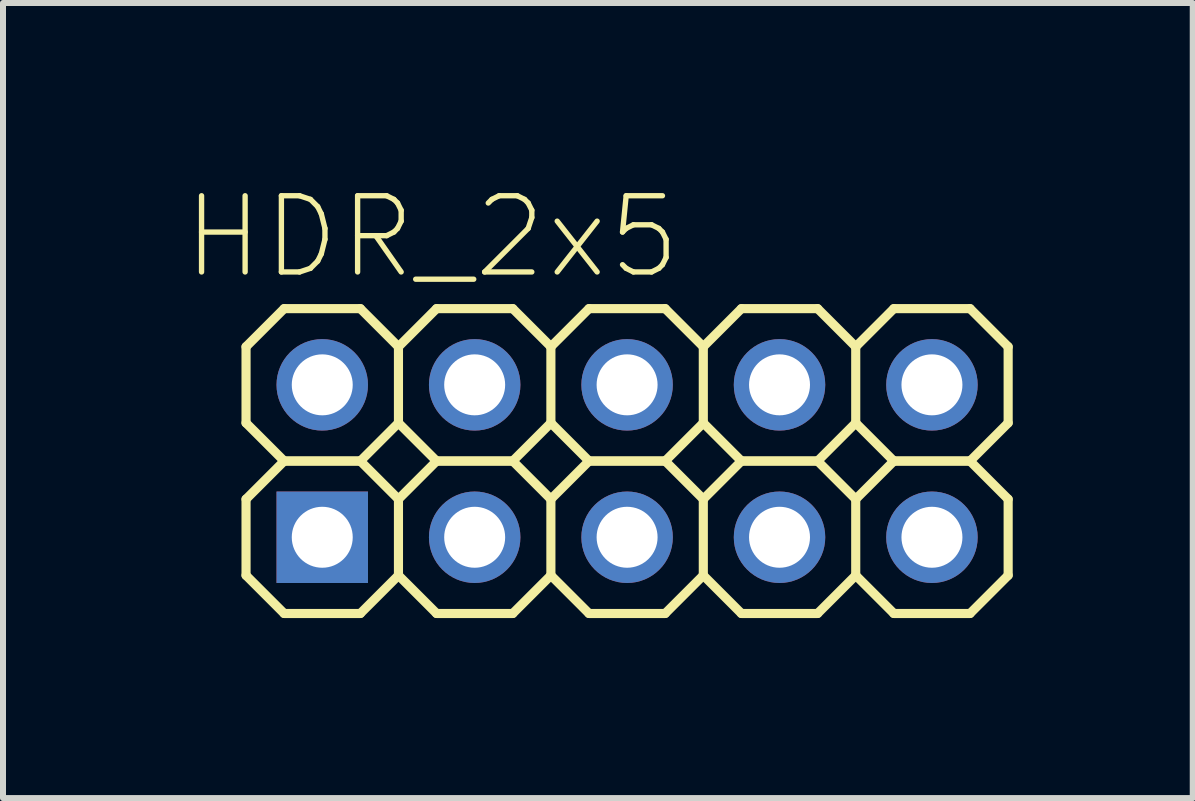
<source format=kicad_pcb>
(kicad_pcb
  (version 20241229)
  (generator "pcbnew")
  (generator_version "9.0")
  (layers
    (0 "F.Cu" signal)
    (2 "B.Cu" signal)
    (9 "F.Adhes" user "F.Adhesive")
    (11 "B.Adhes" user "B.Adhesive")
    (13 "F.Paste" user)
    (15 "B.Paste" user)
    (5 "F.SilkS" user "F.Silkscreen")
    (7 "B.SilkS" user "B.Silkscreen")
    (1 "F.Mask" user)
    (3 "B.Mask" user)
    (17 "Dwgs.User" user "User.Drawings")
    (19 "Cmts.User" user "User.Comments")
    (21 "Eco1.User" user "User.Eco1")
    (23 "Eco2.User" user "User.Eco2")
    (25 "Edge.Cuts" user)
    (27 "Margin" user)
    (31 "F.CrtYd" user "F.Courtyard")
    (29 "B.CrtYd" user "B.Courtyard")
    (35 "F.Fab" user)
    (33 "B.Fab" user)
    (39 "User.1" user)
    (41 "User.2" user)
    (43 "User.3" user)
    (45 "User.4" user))
  (footprint "HDR_2x5"
    (layer "F.Cu")
    (at 7.4 4.633)
    (property "Reference" "HDR_2x5" (at -3.251 -3.734 0) (layer "F.SilkS") (effects (font (size 1.27 1.27) (thickness 0.089))))
    (attr exclude_from_pos_files exclude_from_bom)
    (fp_line (start -6.35 -1.905) (end -6.35 -0.635) (stroke (width 0.152) (type solid)) (layer "F.SilkS"))
    (fp_line (start -6.35 -0.635) (end -5.715 0) (stroke (width 0.152) (type solid)) (layer "F.SilkS"))
    (fp_line (start -6.35 0.635) (end -6.35 1.905) (stroke (width 0.152) (type solid)) (layer "F.SilkS"))
    (fp_line (start -6.35 1.905) (end -5.715 2.54) (stroke (width 0.152) (type solid)) (layer "F.SilkS"))
    (fp_line (start -5.715 -2.54) (end -6.35 -1.905) (stroke (width 0.152) (type solid)) (layer "F.SilkS"))
    (fp_line (start -5.715 -2.54) (end -4.445 -2.54) (stroke (width 0.152) (type solid)) (layer "F.SilkS"))
    (fp_line (start -5.715 0) (end -6.35 0.635) (stroke (width 0.152) (type solid)) (layer "F.SilkS"))
    (fp_line (start -5.715 0) (end -4.445 0) (stroke (width 0.152) (type solid)) (layer "F.SilkS"))
    (fp_line (start -4.445 -2.54) (end -3.81 -1.905) (stroke (width 0.152) (type solid)) (layer "F.SilkS"))
    (fp_line (start -4.445 0) (end -5.715 0) (stroke (width 0.152) (type solid)) (layer "F.SilkS"))
    (fp_line (start -4.445 0) (end -3.81 0.635) (stroke (width 0.152) (type solid)) (layer "F.SilkS"))
    (fp_line (start -4.445 2.54) (end -5.715 2.54) (stroke (width 0.152) (type solid)) (layer "F.SilkS"))
    (fp_line (start -3.81 -1.905) (end -3.81 -0.635) (stroke (width 0.152) (type solid)) (layer "F.SilkS"))
    (fp_line (start -3.81 -1.905) (end -3.175 -2.54) (stroke (width 0.152) (type solid)) (layer "F.SilkS"))
    (fp_line (start -3.81 -0.635) (end -4.445 0) (stroke (width 0.152) (type solid)) (layer "F.SilkS"))
    (fp_line (start -3.81 0.635) (end -3.81 1.905) (stroke (width 0.152) (type solid)) (layer "F.SilkS"))
    (fp_line (start -3.81 0.635) (end -3.175 0) (stroke (width 0.152) (type solid)) (layer "F.SilkS"))
    (fp_line (start -3.81 1.905) (end -4.445 2.54) (stroke (width 0.152) (type solid)) (layer "F.SilkS"))
    (fp_line (start -3.175 -2.54) (end -1.905 -2.54) (stroke (width 0.152) (type solid)) (layer "F.SilkS"))
    (fp_line (start -3.175 0) (end -3.81 -0.635) (stroke (width 0.152) (type solid)) (layer "F.SilkS"))
    (fp_line (start -3.175 0) (end -1.905 0) (stroke (width 0.152) (type solid)) (layer "F.SilkS"))
    (fp_line (start -3.175 2.54) (end -3.81 1.905) (stroke (width 0.152) (type solid)) (layer "F.SilkS"))
    (fp_line (start -1.905 -2.54) (end -1.27 -1.905) (stroke (width 0.152) (type solid)) (layer "F.SilkS"))
    (fp_line (start -1.905 0) (end -3.175 0) (stroke (width 0.152) (type solid)) (layer "F.SilkS"))
    (fp_line (start -1.905 0) (end -1.27 0.635) (stroke (width 0.152) (type solid)) (layer "F.SilkS"))
    (fp_line (start -1.905 2.54) (end -3.175 2.54) (stroke (width 0.152) (type solid)) (layer "F.SilkS"))
    (fp_line (start -1.27 -1.905) (end -1.27 -0.635) (stroke (width 0.152) (type solid)) (layer "F.SilkS"))
    (fp_line (start -1.27 -1.905) (end -0.635 -2.54) (stroke (width 0.152) (type solid)) (layer "F.SilkS"))
    (fp_line (start -1.27 -0.635) (end -1.905 0) (stroke (width 0.152) (type solid)) (layer "F.SilkS"))
    (fp_line (start -1.27 0.635) (end -1.27 1.905) (stroke (width 0.152) (type solid)) (layer "F.SilkS"))
    (fp_line (start -1.27 0.635) (end -0.635 0) (stroke (width 0.152) (type solid)) (layer "F.SilkS"))
    (fp_line (start -1.27 1.905) (end -1.905 2.54) (stroke (width 0.152) (type solid)) (layer "F.SilkS"))
    (fp_line (start -0.635 -2.54) (end 0.635 -2.54) (stroke (width 0.152) (type solid)) (layer "F.SilkS"))
    (fp_line (start -0.635 0) (end -1.27 -0.635) (stroke (width 0.152) (type solid)) (layer "F.SilkS"))
    (fp_line (start -0.635 0) (end 0.635 0) (stroke (width 0.152) (type solid)) (layer "F.SilkS"))
    (fp_line (start -0.635 2.54) (end -1.27 1.905) (stroke (width 0.152) (type solid)) (layer "F.SilkS"))
    (fp_line (start 0.635 -2.54) (end 1.27 -1.905) (stroke (width 0.152) (type solid)) (layer "F.SilkS"))
    (fp_line (start 0.635 0) (end -0.635 0) (stroke (width 0.152) (type solid)) (layer "F.SilkS"))
    (fp_line (start 0.635 0) (end 1.27 0.635) (stroke (width 0.152) (type solid)) (layer "F.SilkS"))
    (fp_line (start 0.635 2.54) (end -0.635 2.54) (stroke (width 0.152) (type solid)) (layer "F.SilkS"))
    (fp_line (start 1.27 -1.905) (end 1.27 -0.635) (stroke (width 0.152) (type solid)) (layer "F.SilkS"))
    (fp_line (start 1.27 -0.635) (end 0.635 0) (stroke (width 0.152) (type solid)) (layer "F.SilkS"))
    (fp_line (start 1.27 -0.635) (end 1.905 0) (stroke (width 0.152) (type solid)) (layer "F.SilkS"))
    (fp_line (start 1.27 0.635) (end 1.27 1.905) (stroke (width 0.152) (type solid)) (layer "F.SilkS"))
    (fp_line (start 1.27 1.905) (end 0.635 2.54) (stroke (width 0.152) (type solid)) (layer "F.SilkS"))
    (fp_line (start 1.27 1.905) (end 1.905 2.54) (stroke (width 0.152) (type solid)) (layer "F.SilkS"))
    (fp_line (start 1.905 -2.54) (end 1.27 -1.905) (stroke (width 0.152) (type solid)) (layer "F.SilkS"))
    (fp_line (start 1.905 -2.54) (end 3.175 -2.54) (stroke (width 0.152) (type solid)) (layer "F.SilkS"))
    (fp_line (start 1.905 0) (end 1.27 0.635) (stroke (width 0.152) (type solid)) (layer "F.SilkS"))
    (fp_line (start 1.905 0) (end 3.175 0) (stroke (width 0.152) (type solid)) (layer "F.SilkS"))
    (fp_line (start 3.175 -2.54) (end 3.81 -1.905) (stroke (width 0.152) (type solid)) (layer "F.SilkS"))
    (fp_line (start 3.175 0) (end 1.905 0) (stroke (width 0.152) (type solid)) (layer "F.SilkS"))
    (fp_line (start 3.175 0) (end 3.81 0.635) (stroke (width 0.152) (type solid)) (layer "F.SilkS"))
    (fp_line (start 3.175 2.54) (end 1.905 2.54) (stroke (width 0.152) (type solid)) (layer "F.SilkS"))
    (fp_line (start 3.81 -1.905) (end 3.81 -0.635) (stroke (width 0.152) (type solid)) (layer "F.SilkS"))
    (fp_line (start 3.81 -1.905) (end 4.445 -2.54) (stroke (width 0.152) (type solid)) (layer "F.SilkS"))
    (fp_line (start 3.81 -0.635) (end 3.175 0) (stroke (width 0.152) (type solid)) (layer "F.SilkS"))
    (fp_line (start 3.81 0.635) (end 3.81 1.905) (stroke (width 0.152) (type solid)) (layer "F.SilkS"))
    (fp_line (start 3.81 0.635) (end 4.445 0) (stroke (width 0.152) (type solid)) (layer "F.SilkS"))
    (fp_line (start 3.81 1.905) (end 3.175 2.54) (stroke (width 0.152) (type solid)) (layer "F.SilkS"))
    (fp_line (start 4.445 -2.54) (end 5.715 -2.54) (stroke (width 0.152) (type solid)) (layer "F.SilkS"))
    (fp_line (start 4.445 0) (end 3.81 -0.635) (stroke (width 0.152) (type solid)) (layer "F.SilkS"))
    (fp_line (start 4.445 0) (end 5.715 0) (stroke (width 0.152) (type solid)) (layer "F.SilkS"))
    (fp_line (start 4.445 2.54) (end 3.81 1.905) (stroke (width 0.152) (type solid)) (layer "F.SilkS"))
    (fp_line (start 5.715 -2.54) (end 6.35 -1.905) (stroke (width 0.152) (type solid)) (layer "F.SilkS"))
    (fp_line (start 5.715 0) (end 4.445 0) (stroke (width 0.152) (type solid)) (layer "F.SilkS"))
    (fp_line (start 5.715 0) (end 6.35 0.635) (stroke (width 0.152) (type solid)) (layer "F.SilkS"))
    (fp_line (start 5.715 2.54) (end 4.445 2.54) (stroke (width 0.152) (type solid)) (layer "F.SilkS"))
    (fp_line (start 6.35 -1.905) (end 6.35 -0.635) (stroke (width 0.152) (type solid)) (layer "F.SilkS"))
    (fp_line (start 6.35 -0.635) (end 5.715 0) (stroke (width 0.152) (type solid)) (layer "F.SilkS"))
    (fp_line (start 6.35 0.635) (end 6.35 1.905) (stroke (width 0.152) (type solid)) (layer "F.SilkS"))
    (fp_line (start 6.35 1.905) (end 5.715 2.54) (stroke (width 0.152) (type solid)) (layer "F.SilkS"))
    (fp_line (start -5.334 -1.524) (end -4.826 -1.524) (stroke (width 0.066) (type solid)) (layer "F.Fab"))
    (fp_line (start -5.334 -1.016) (end -5.334 -1.524) (stroke (width 0.066) (type solid)) (layer "F.Fab"))
    (fp_line (start -5.334 -1.016) (end -4.826 -1.016) (stroke (width 0.066) (type solid)) (layer "F.Fab"))
    (fp_line (start -5.334 1.016) (end -4.826 1.016) (stroke (width 0.066) (type solid)) (layer "F.Fab"))
    (fp_line (start -5.334 1.524) (end -5.334 1.016) (stroke (width 0.066) (type solid)) (layer "F.Fab"))
    (fp_line (start -5.334 1.524) (end -4.826 1.524) (stroke (width 0.066) (type solid)) (layer "F.Fab"))
    (fp_line (start -4.826 -1.016) (end -4.826 -1.524) (stroke (width 0.066) (type solid)) (layer "F.Fab"))
    (fp_line (start -4.826 1.524) (end -4.826 1.016) (stroke (width 0.066) (type solid)) (layer "F.Fab"))
    (fp_line (start -2.794 -1.524) (end -2.286 -1.524) (stroke (width 0.066) (type solid)) (layer "F.Fab"))
    (fp_line (start -2.794 -1.016) (end -2.794 -1.524) (stroke (width 0.066) (type solid)) (layer "F.Fab"))
    (fp_line (start -2.794 -1.016) (end -2.286 -1.016) (stroke (width 0.066) (type solid)) (layer "F.Fab"))
    (fp_line (start -2.794 1.016) (end -2.286 1.016) (stroke (width 0.066) (type solid)) (layer "F.Fab"))
    (fp_line (start -2.794 1.524) (end -2.794 1.016) (stroke (width 0.066) (type solid)) (layer "F.Fab"))
    (fp_line (start -2.794 1.524) (end -2.286 1.524) (stroke (width 0.066) (type solid)) (layer "F.Fab"))
    (fp_line (start -2.286 -1.016) (end -2.286 -1.524) (stroke (width 0.066) (type solid)) (layer "F.Fab"))
    (fp_line (start -2.286 1.524) (end -2.286 1.016) (stroke (width 0.066) (type solid)) (layer "F.Fab"))
    (fp_line (start -0.254 -1.524) (end 0.254 -1.524) (stroke (width 0.066) (type solid)) (layer "F.Fab"))
    (fp_line (start -0.254 -1.016) (end -0.254 -1.524) (stroke (width 0.066) (type solid)) (layer "F.Fab"))
    (fp_line (start -0.254 -1.016) (end 0.254 -1.016) (stroke (width 0.066) (type solid)) (layer "F.Fab"))
    (fp_line (start -0.254 1.016) (end 0.254 1.016) (stroke (width 0.066) (type solid)) (layer "F.Fab"))
    (fp_line (start -0.254 1.524) (end -0.254 1.016) (stroke (width 0.066) (type solid)) (layer "F.Fab"))
    (fp_line (start -0.254 1.524) (end 0.254 1.524) (stroke (width 0.066) (type solid)) (layer "F.Fab"))
    (fp_line (start 0.254 -1.016) (end 0.254 -1.524) (stroke (width 0.066) (type solid)) (layer "F.Fab"))
    (fp_line (start 0.254 1.524) (end 0.254 1.016) (stroke (width 0.066) (type solid)) (layer "F.Fab"))
    (fp_line (start 2.286 -1.524) (end 2.794 -1.524) (stroke (width 0.066) (type solid)) (layer "F.Fab"))
    (fp_line (start 2.286 -1.016) (end 2.286 -1.524) (stroke (width 0.066) (type solid)) (layer "F.Fab"))
    (fp_line (start 2.286 -1.016) (end 2.794 -1.016) (stroke (width 0.066) (type solid)) (layer "F.Fab"))
    (fp_line (start 2.286 1.016) (end 2.794 1.016) (stroke (width 0.066) (type solid)) (layer "F.Fab"))
    (fp_line (start 2.286 1.524) (end 2.286 1.016) (stroke (width 0.066) (type solid)) (layer "F.Fab"))
    (fp_line (start 2.286 1.524) (end 2.794 1.524) (stroke (width 0.066) (type solid)) (layer "F.Fab"))
    (fp_line (start 2.794 -1.016) (end 2.794 -1.524) (stroke (width 0.066) (type solid)) (layer "F.Fab"))
    (fp_line (start 2.794 1.524) (end 2.794 1.016) (stroke (width 0.066) (type solid)) (layer "F.Fab"))
    (fp_line (start 4.826 -1.524) (end 5.334 -1.524) (stroke (width 0.066) (type solid)) (layer "F.Fab"))
    (fp_line (start 4.826 -1.016) (end 4.826 -1.524) (stroke (width 0.066) (type solid)) (layer "F.Fab"))
    (fp_line (start 4.826 -1.016) (end 5.334 -1.016) (stroke (width 0.066) (type solid)) (layer "F.Fab"))
    (fp_line (start 4.826 1.016) (end 5.334 1.016) (stroke (width 0.066) (type solid)) (layer "F.Fab"))
    (fp_line (start 4.826 1.524) (end 4.826 1.016) (stroke (width 0.066) (type solid)) (layer "F.Fab"))
    (fp_line (start 4.826 1.524) (end 5.334 1.524) (stroke (width 0.066) (type solid)) (layer "F.Fab"))
    (fp_line (start 5.334 -1.016) (end 5.334 -1.524) (stroke (width 0.066) (type solid)) (layer "F.Fab"))
    (fp_line (start 5.334 1.524) (end 5.334 1.016) (stroke (width 0.066) (type solid)) (layer "F.Fab"))
    (pad "1" thru_hole rect (at -5.08 1.27) (size 1.524 1.524) (drill 1.016) (layers "*.Cu" "*.Mask"))
    (pad "2" thru_hole circle (at -5.08 -1.27) (size 1.524 1.524) (drill 1.016) (layers "*.Cu" "*.Mask"))
    (pad "3" thru_hole circle (at -2.54 1.27) (size 1.524 1.524) (drill 1.016) (layers "*.Cu" "*.Mask"))
    (pad "4" thru_hole circle (at -2.54 -1.27) (size 1.524 1.524) (drill 1.016) (layers "*.Cu" "*.Mask"))
    (pad "5" thru_hole circle (at 0 1.27) (size 1.524 1.524) (drill 1.016) (layers "*.Cu" "*.Mask"))
    (pad "6" thru_hole circle (at 0 -1.27) (size 1.524 1.524) (drill 1.016) (layers "*.Cu" "*.Mask"))
    (pad "7" thru_hole circle (at 2.54 1.27) (size 1.524 1.524) (drill 1.016) (layers "*.Cu" "*.Mask"))
    (pad "8" thru_hole circle (at 2.54 -1.27) (size 1.524 1.524) (drill 1.016) (layers "*.Cu" "*.Mask"))
    (pad "9" thru_hole circle (at 5.08 1.27) (size 1.524 1.524) (drill 1.016) (layers "*.Cu" "*.Mask"))
    (pad "10" thru_hole circle (at 5.08 -1.27) (size 1.524 1.524) (drill 1.016) (layers "*.Cu" "*.Mask")))
  (gr_rect
    (start -3 -3)
    (end 16.826 10.249)
    (stroke (width 0.1) (type default))
    (fill no)
    (layer "Edge.Cuts")))
</source>
